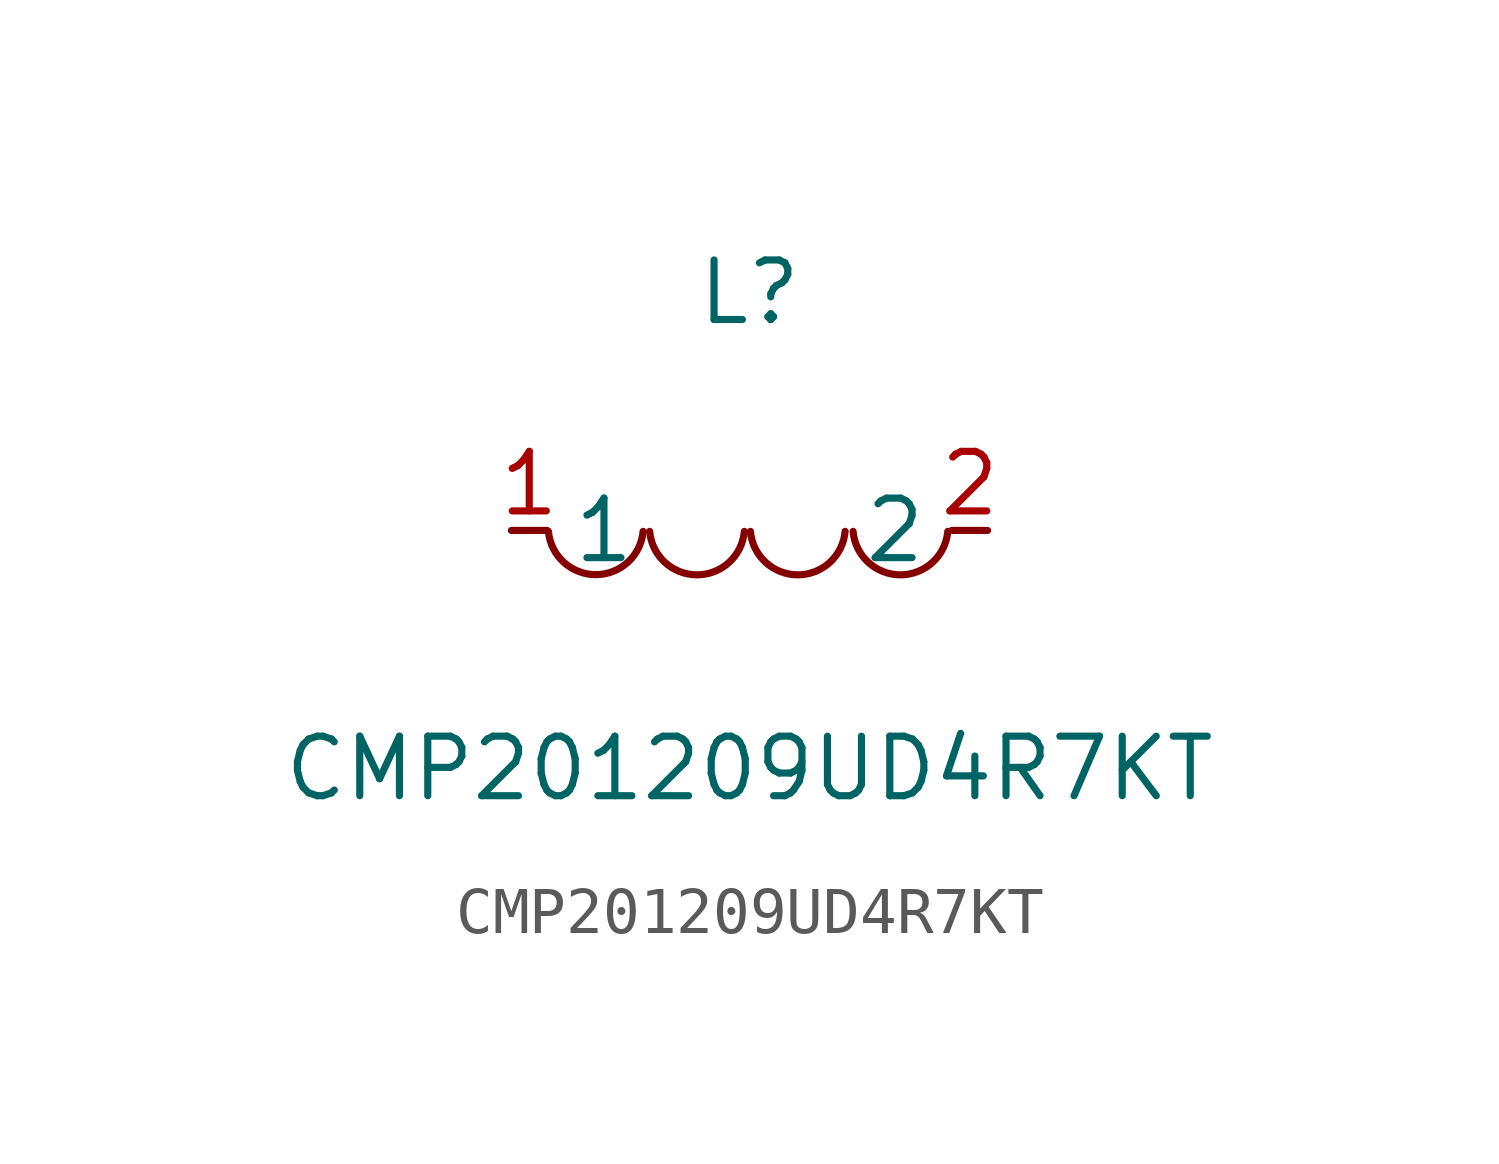
<source format=kicad_sym>
(kicad_symbol_lib
  (version 1)
  (generator "faebryk")
  (symbol "CMP201209UD4R7KT"
    (property "Reference" "L"
      (at 0 5.08 0)
      (effects (font (size 1.27 1.27)) (hide no)))
    (property "Value" "CMP201209UD4R7KT"
      (at 0 -5.08 0)
      (effects (font (size 1.27 1.27)) (hide no)))
    (symbol "CMP201209UD4R7KT_0_1"
      (arc (start 2.21 -0.02) (mid 3.68 -1.01) (end 4.23 -0.02) (stroke (width 0) (type default) (color 0 0 0 0)) (fill (type none)))
      (arc (start 0.02 -0.02) (mid 1.49 -1.01) (end 2.04 -0.02) (stroke (width 0) (type default) (color 0 0 0 0)) (fill (type none)))
      (arc (start -2.13 -0.02) (mid -0.66 -1.01) (end -0.11 -0.02) (stroke (width 0) (type default) (color 0 0 0 0)) (fill (type none)))
      (arc (start -4.29 -0.02) (mid -2.81 -1.01) (end -2.27 -0.02) (stroke (width 0) (type default) (color 0 0 0 0)) (fill (type none)))
      (pin unspecified line (at -5.08 0 0) (length 0.762) (name "1" (effects (font (size 1.27 1.27)) (hide no))) (number "1" (effects (font (size 1.27 1.27)) (hide no))))
      (pin unspecified line (at 5.08 0 180) (length 0.762) (name "2" (effects (font (size 1.27 1.27)) (hide no))) (number "2" (effects (font (size 1.27 1.27)) (hide no)))))))
</source>
